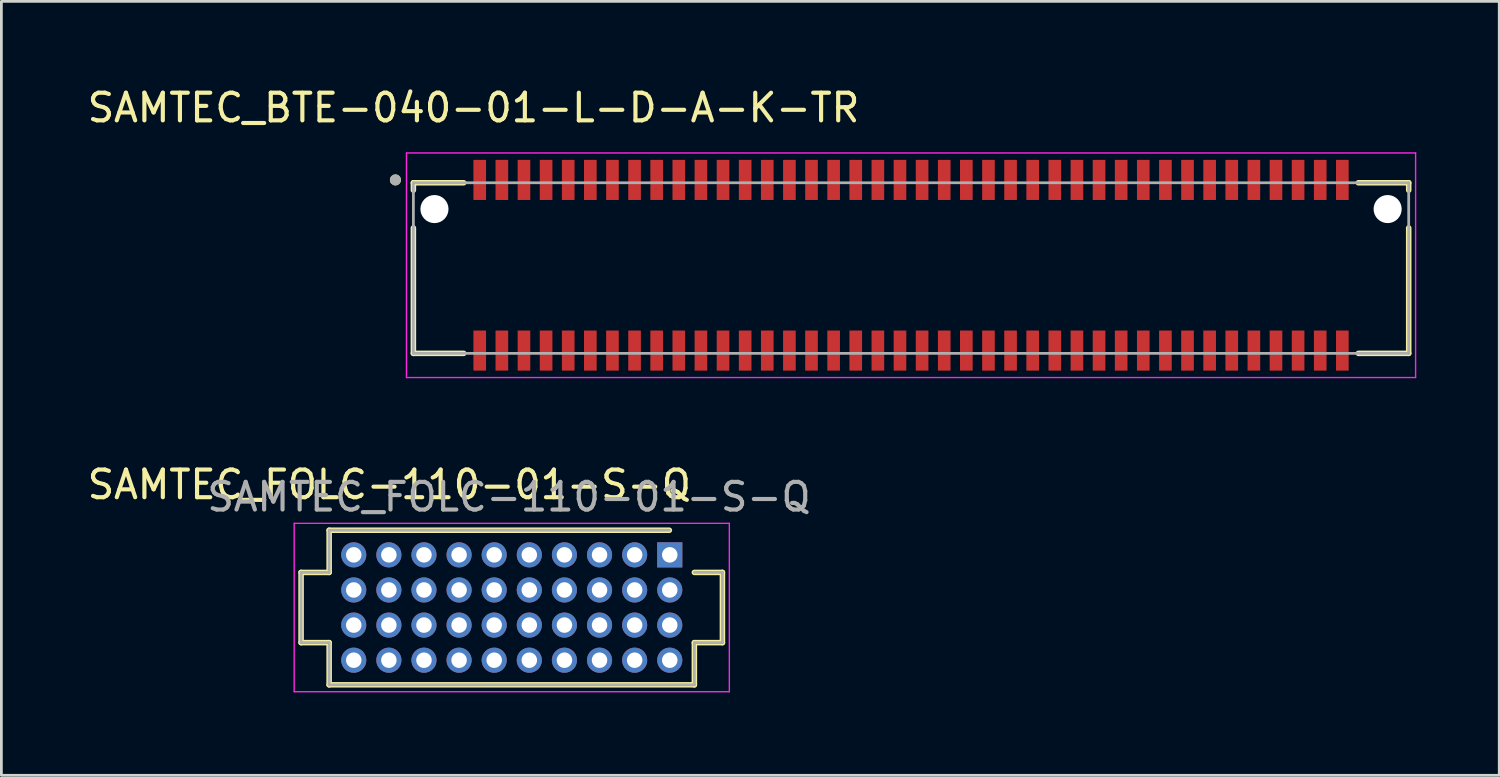
<source format=kicad_pcb>
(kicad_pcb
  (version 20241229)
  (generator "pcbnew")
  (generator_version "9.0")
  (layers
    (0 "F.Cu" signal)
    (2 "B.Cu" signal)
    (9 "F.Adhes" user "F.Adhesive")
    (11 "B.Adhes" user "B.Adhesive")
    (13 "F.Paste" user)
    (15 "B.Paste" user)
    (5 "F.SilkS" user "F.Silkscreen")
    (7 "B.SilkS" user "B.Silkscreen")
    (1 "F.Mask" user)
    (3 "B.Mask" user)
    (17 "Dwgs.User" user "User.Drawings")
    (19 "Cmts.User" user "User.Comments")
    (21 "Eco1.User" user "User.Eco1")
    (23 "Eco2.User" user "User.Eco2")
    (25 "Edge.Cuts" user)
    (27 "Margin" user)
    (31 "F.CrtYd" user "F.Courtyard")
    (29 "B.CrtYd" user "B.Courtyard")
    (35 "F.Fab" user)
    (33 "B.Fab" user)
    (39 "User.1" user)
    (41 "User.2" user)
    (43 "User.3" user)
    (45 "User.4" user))
  (footprint "SAMTEC_FOLC-110-01-S-Q"
    (layer "F.Cu")
    (at 15.46 18.924)
    (property "Reference" "SAMTEC_FOLC-110-01-S-Q" (at -4.43 -4.445 0) (layer "F.SilkS") (effects (font (size 1 1) (thickness 0.15))))
    (attr through_hole)
    (fp_line (start -7.62 1.27) (end -7.62 -1.27) (stroke (width 0.2) (type solid)) (layer "F.SilkS"))
    (fp_line (start -6.605 -2.795) (end -6.605 -1.27) (stroke (width 0.2) (type solid)) (layer "F.SilkS"))
    (fp_line (start -6.605 -2.795) (end 5.7 -2.795) (stroke (width 0.2) (type solid)) (layer "F.SilkS"))
    (fp_line (start -6.605 -1.27) (end -7.62 -1.27) (stroke (width 0.2) (type solid)) (layer "F.SilkS"))
    (fp_line (start -6.605 1.27) (end -7.62 1.27) (stroke (width 0.2) (type solid)) (layer "F.SilkS"))
    (fp_line (start -6.605 2.795) (end -6.605 1.27) (stroke (width 0.2) (type solid)) (layer "F.SilkS"))
    (fp_line (start -6.605 2.795) (end 6.605 2.795) (stroke (width 0.2) (type solid)) (layer "F.SilkS"))
    (fp_line (start 6.605 -1.27) (end 7.62 -1.27) (stroke (width 0.2) (type solid)) (layer "F.SilkS"))
    (fp_line (start 6.605 1.27) (end 7.62 1.27) (stroke (width 0.2) (type solid)) (layer "F.SilkS"))
    (fp_line (start 6.605 2.795) (end 6.605 1.27) (stroke (width 0.2) (type solid)) (layer "F.SilkS"))
    (fp_line (start 7.62 1.27) (end 7.62 -1.27) (stroke (width 0.2) (type solid)) (layer "F.SilkS"))
    (fp_line (start -7.87 -3.045) (end 7.87 -3.045) (stroke (width 0.05) (type solid)) (layer "F.CrtYd"))
    (fp_line (start -7.87 3.045) (end -7.87 -3.045) (stroke (width 0.05) (type solid)) (layer "F.CrtYd"))
    (fp_line (start 7.87 -3.045) (end 7.87 3.045) (stroke (width 0.05) (type solid)) (layer "F.CrtYd"))
    (fp_line (start 7.87 3.045) (end -7.87 3.045) (stroke (width 0.05) (type solid)) (layer "F.CrtYd"))
    (fp_line (start -7.62 1.27) (end -7.62 -1.27) (stroke (width 0.1) (type solid)) (layer "F.Fab"))
    (fp_line (start -6.605 -2.795) (end 5.7 -2.795) (stroke (width 0.1) (type solid)) (layer "F.Fab"))
    (fp_line (start -6.605 -1.27) (end -7.62 -1.27) (stroke (width 0.1) (type solid)) (layer "F.Fab"))
    (fp_line (start -6.605 -1.27) (end -6.605 -2.795) (stroke (width 0.1) (type solid)) (layer "F.Fab"))
    (fp_line (start -6.605 1.27) (end -7.62 1.27) (stroke (width 0.1) (type solid)) (layer "F.Fab"))
    (fp_line (start -6.605 2.795) (end -6.605 1.27) (stroke (width 0.1) (type solid)) (layer "F.Fab"))
    (fp_line (start 6.605 -1.27) (end 7.62 -1.27) (stroke (width 0.1) (type solid)) (layer "F.Fab"))
    (fp_line (start 6.605 1.27) (end 7.62 1.27) (stroke (width 0.1) (type solid)) (layer "F.Fab"))
    (fp_line (start 6.605 2.795) (end -6.605 2.795) (stroke (width 0.1) (type solid)) (layer "F.Fab"))
    (fp_line (start 6.605 2.795) (end 6.605 1.27) (stroke (width 0.1) (type solid)) (layer "F.Fab"))
    (fp_line (start 7.62 1.27) (end 7.62 -1.27) (stroke (width 0.1) (type solid)) (layer "F.Fab"))
    (fp_text user "${REFERENCE}" (at -0.1 -4 0) (unlocked yes) (layer "F.Fab") (effects (font (size 1 1) (thickness 0.15))))
    (pad "A1" thru_hole rect (at 5.715 -1.905) (size 0.91 0.91) (drill 0.56) (layers "*.Cu" "*.Mask"))
    (pad "A2" thru_hole circle (at 4.445 -1.905) (size 0.91 0.91) (drill 0.56) (layers "*.Cu" "*.Mask"))
    (pad "A3" thru_hole circle (at 3.175 -1.905) (size 0.91 0.91) (drill 0.56) (layers "*.Cu" "*.Mask"))
    (pad "A4" thru_hole circle (at 1.905 -1.905) (size 0.91 0.91) (drill 0.56) (layers "*.Cu" "*.Mask"))
    (pad "A5" thru_hole circle (at 0.635 -1.905) (size 0.91 0.91) (drill 0.56) (layers "*.Cu" "*.Mask"))
    (pad "A6" thru_hole circle (at -0.635 -1.905) (size 0.91 0.91) (drill 0.56) (layers "*.Cu" "*.Mask"))
    (pad "A7" thru_hole circle (at -1.905 -1.905) (size 0.91 0.91) (drill 0.56) (layers "*.Cu" "*.Mask"))
    (pad "A8" thru_hole circle (at -3.175 -1.905) (size 0.91 0.91) (drill 0.56) (layers "*.Cu" "*.Mask"))
    (pad "A9" thru_hole circle (at -4.445 -1.905) (size 0.91 0.91) (drill 0.56) (layers "*.Cu" "*.Mask"))
    (pad "A10" thru_hole circle (at -5.715 -1.905) (size 0.91 0.91) (drill 0.56) (layers "*.Cu" "*.Mask"))
    (pad "B1" thru_hole circle (at 5.715 -0.635) (size 0.91 0.91) (drill 0.56) (layers "*.Cu" "*.Mask"))
    (pad "B2" thru_hole circle (at 4.445 -0.635) (size 0.91 0.91) (drill 0.56) (layers "*.Cu" "*.Mask"))
    (pad "B3" thru_hole circle (at 3.175 -0.635) (size 0.91 0.91) (drill 0.56) (layers "*.Cu" "*.Mask"))
    (pad "B4" thru_hole circle (at 1.905 -0.635) (size 0.91 0.91) (drill 0.56) (layers "*.Cu" "*.Mask"))
    (pad "B5" thru_hole circle (at 0.635 -0.635) (size 0.91 0.91) (drill 0.56) (layers "*.Cu" "*.Mask"))
    (pad "B6" thru_hole circle (at -0.635 -0.635) (size 0.91 0.91) (drill 0.56) (layers "*.Cu" "*.Mask"))
    (pad "B7" thru_hole circle (at -1.905 -0.635) (size 0.91 0.91) (drill 0.56) (layers "*.Cu" "*.Mask"))
    (pad "B8" thru_hole circle (at -3.175 -0.635) (size 0.91 0.91) (drill 0.56) (layers "*.Cu" "*.Mask"))
    (pad "B9" thru_hole circle (at -4.445 -0.635) (size 0.91 0.91) (drill 0.56) (layers "*.Cu" "*.Mask"))
    (pad "B10" thru_hole circle (at -5.715 -0.635) (size 0.91 0.91) (drill 0.56) (layers "*.Cu" "*.Mask"))
    (pad "C1" thru_hole circle (at 5.715 0.635) (size 0.91 0.91) (drill 0.56) (layers "*.Cu" "*.Mask"))
    (pad "C2" thru_hole circle (at 4.445 0.635) (size 0.91 0.91) (drill 0.56) (layers "*.Cu" "*.Mask"))
    (pad "C3" thru_hole circle (at 3.175 0.635) (size 0.91 0.91) (drill 0.56) (layers "*.Cu" "*.Mask"))
    (pad "C4" thru_hole circle (at 1.905 0.635) (size 0.91 0.91) (drill 0.56) (layers "*.Cu" "*.Mask"))
    (pad "C5" thru_hole circle (at 0.635 0.635) (size 0.91 0.91) (drill 0.56) (layers "*.Cu" "*.Mask"))
    (pad "C6" thru_hole circle (at -0.635 0.635) (size 0.91 0.91) (drill 0.56) (layers "*.Cu" "*.Mask"))
    (pad "C7" thru_hole circle (at -1.905 0.635) (size 0.91 0.91) (drill 0.56) (layers "*.Cu" "*.Mask"))
    (pad "C8" thru_hole circle (at -3.175 0.635) (size 0.91 0.91) (drill 0.56) (layers "*.Cu" "*.Mask"))
    (pad "C9" thru_hole circle (at -4.445 0.635) (size 0.91 0.91) (drill 0.56) (layers "*.Cu" "*.Mask"))
    (pad "C10" thru_hole circle (at -5.715 0.635) (size 0.91 0.91) (drill 0.56) (layers "*.Cu" "*.Mask"))
    (pad "D1" thru_hole circle (at 5.715 1.905) (size 0.91 0.91) (drill 0.56) (layers "*.Cu" "*.Mask"))
    (pad "D2" thru_hole circle (at 4.445 1.905) (size 0.91 0.91) (drill 0.56) (layers "*.Cu" "*.Mask"))
    (pad "D3" thru_hole circle (at 3.175 1.905) (size 0.91 0.91) (drill 0.56) (layers "*.Cu" "*.Mask"))
    (pad "D4" thru_hole circle (at 1.905 1.905) (size 0.91 0.91) (drill 0.56) (layers "*.Cu" "*.Mask"))
    (pad "D5" thru_hole circle (at 0.635 1.905) (size 0.91 0.91) (drill 0.56) (layers "*.Cu" "*.Mask"))
    (pad "D6" thru_hole circle (at -0.635 1.905) (size 0.91 0.91) (drill 0.56) (layers "*.Cu" "*.Mask"))
    (pad "D7" thru_hole circle (at -1.905 1.905) (size 0.91 0.91) (drill 0.56) (layers "*.Cu" "*.Mask"))
    (pad "D8" thru_hole circle (at -3.175 1.905) (size 0.91 0.91) (drill 0.56) (layers "*.Cu" "*.Mask"))
    (pad "D9" thru_hole circle (at -4.445 1.905) (size 0.91 0.91) (drill 0.56) (layers "*.Cu" "*.Mask"))
    (pad "D10" thru_hole circle (at -5.715 1.905) (size 0.91 0.91) (drill 0.56) (layers "*.Cu" "*.Mask")))
  (footprint "SAMTEC_BTE-040-01-L-D-A-K-TR"
    (layer "F.Cu")
    (at 29.902 6.544)
    (property "Reference" "SAMTEC_BTE-040-01-L-D-A-K-TR" (at -15.825 -5.696 0) (layer "F.SilkS") (effects (font (size 1 1) (thickness 0.15))))
    (attr through_hole)
    (fp_line (start -18 -2.984) (end -18 -2.715) (stroke (width 0.2) (type solid)) (layer "F.SilkS"))
    (fp_line (start -18 -2.984) (end -16.179 -2.984) (stroke (width 0.2) (type solid)) (layer "F.SilkS"))
    (fp_line (start -18 -1.349) (end -18 3.187) (stroke (width 0.2) (type solid)) (layer "F.SilkS"))
    (fp_line (start -16.179 3.187) (end -18 3.187) (stroke (width 0.2) (type solid)) (layer "F.SilkS"))
    (fp_line (start 16.179 -2.984) (end 18 -2.984) (stroke (width 0.2) (type solid)) (layer "F.SilkS"))
    (fp_line (start 16.179 3.187) (end 18 3.187) (stroke (width 0.2) (type solid)) (layer "F.SilkS"))
    (fp_line (start 18 -2.715) (end 18 -2.984) (stroke (width 0.2) (type solid)) (layer "F.SilkS"))
    (fp_line (start 18 3.187) (end 18 -1.349) (stroke (width 0.2) (type solid)) (layer "F.SilkS"))
    (fp_circle (center -18.65 -3.086) (end -18.55 -3.086) (stroke (width 0.2) (type solid)) (fill no) (layer "F.SilkS"))
    (fp_line (start -18.25 -4.061) (end 18.25 -4.061) (stroke (width 0.05) (type solid)) (layer "F.CrtYd"))
    (fp_line (start -18.25 4.061) (end -18.25 -4.061) (stroke (width 0.05) (type solid)) (layer "F.CrtYd"))
    (fp_line (start 18.25 -4.061) (end 18.25 4.061) (stroke (width 0.05) (type solid)) (layer "F.CrtYd"))
    (fp_line (start 18.25 4.061) (end -18.25 4.061) (stroke (width 0.05) (type solid)) (layer "F.CrtYd"))
    (fp_line (start -18 -2.984) (end 18 -2.984) (stroke (width 0.1) (type solid)) (layer "F.Fab"))
    (fp_line (start -18 3.187) (end -18 -2.984) (stroke (width 0.1) (type solid)) (layer "F.Fab"))
    (fp_line (start 18 -2.984) (end 18 3.187) (stroke (width 0.1) (type solid)) (layer "F.Fab"))
    (fp_line (start 18 3.187) (end -18 3.187) (stroke (width 0.1) (type solid)) (layer "F.Fab"))
    (fp_circle (center -18.65 -3.086) (end -18.55 -3.086) (stroke (width 0.2) (type solid)) (fill no) (layer "F.Fab"))
    (pad "" np_thru_hole circle (at -17.238 -2.032) (size 1.016 1.016) (drill 1.016) (layers "*.Cu" "*.Mask"))
    (pad "" np_thru_hole circle (at 17.238 -2.032) (size 1.016 1.016) (drill 1.016) (layers "*.Cu" "*.Mask"))
    (pad "1" smd rect (at -15.6 -3.086) (size 0.457 1.45) (layers "F.Cu" "F.Mask" "F.Paste"))
    (pad "2" smd rect (at -15.6 3.086) (size 0.457 1.45) (layers "F.Cu" "F.Mask" "F.Paste"))
    (pad "3" smd rect (at -14.8 -3.086) (size 0.457 1.45) (layers "F.Cu" "F.Mask" "F.Paste"))
    (pad "4" smd rect (at -14.8 3.086) (size 0.457 1.45) (layers "F.Cu" "F.Mask" "F.Paste"))
    (pad "5" smd rect (at -14 -3.086) (size 0.457 1.45) (layers "F.Cu" "F.Mask" "F.Paste"))
    (pad "6" smd rect (at -14 3.086) (size 0.457 1.45) (layers "F.Cu" "F.Mask" "F.Paste"))
    (pad "7" smd rect (at -13.2 -3.086) (size 0.457 1.45) (layers "F.Cu" "F.Mask" "F.Paste"))
    (pad "8" smd rect (at -13.2 3.086) (size 0.457 1.45) (layers "F.Cu" "F.Mask" "F.Paste"))
    (pad "9" smd rect (at -12.4 -3.086) (size 0.457 1.45) (layers "F.Cu" "F.Mask" "F.Paste"))
    (pad "10" smd rect (at -12.4 3.086) (size 0.457 1.45) (layers "F.Cu" "F.Mask" "F.Paste"))
    (pad "11" smd rect (at -11.6 -3.086) (size 0.457 1.45) (layers "F.Cu" "F.Mask" "F.Paste"))
    (pad "12" smd rect (at -11.6 3.086) (size 0.457 1.45) (layers "F.Cu" "F.Mask" "F.Paste"))
    (pad "13" smd rect (at -10.8 -3.086) (size 0.457 1.45) (layers "F.Cu" "F.Mask" "F.Paste"))
    (pad "14" smd rect (at -10.8 3.086) (size 0.457 1.45) (layers "F.Cu" "F.Mask" "F.Paste"))
    (pad "15" smd rect (at -10 -3.086) (size 0.457 1.45) (layers "F.Cu" "F.Mask" "F.Paste"))
    (pad "16" smd rect (at -10 3.086) (size 0.457 1.45) (layers "F.Cu" "F.Mask" "F.Paste"))
    (pad "17" smd rect (at -9.2 -3.086) (size 0.457 1.45) (layers "F.Cu" "F.Mask" "F.Paste"))
    (pad "18" smd rect (at -9.2 3.086) (size 0.457 1.45) (layers "F.Cu" "F.Mask" "F.Paste"))
    (pad "19" smd rect (at -8.4 -3.086) (size 0.457 1.45) (layers "F.Cu" "F.Mask" "F.Paste"))
    (pad "20" smd rect (at -8.4 3.086) (size 0.457 1.45) (layers "F.Cu" "F.Mask" "F.Paste"))
    (pad "21" smd rect (at -7.6 -3.086) (size 0.457 1.45) (layers "F.Cu" "F.Mask" "F.Paste"))
    (pad "22" smd rect (at -7.6 3.086) (size 0.457 1.45) (layers "F.Cu" "F.Mask" "F.Paste"))
    (pad "23" smd rect (at -6.8 -3.086) (size 0.457 1.45) (layers "F.Cu" "F.Mask" "F.Paste"))
    (pad "24" smd rect (at -6.8 3.086) (size 0.457 1.45) (layers "F.Cu" "F.Mask" "F.Paste"))
    (pad "25" smd rect (at -6 -3.086) (size 0.457 1.45) (layers "F.Cu" "F.Mask" "F.Paste"))
    (pad "26" smd rect (at -6 3.086) (size 0.457 1.45) (layers "F.Cu" "F.Mask" "F.Paste"))
    (pad "27" smd rect (at -5.2 -3.086) (size 0.457 1.45) (layers "F.Cu" "F.Mask" "F.Paste"))
    (pad "28" smd rect (at -5.2 3.086) (size 0.457 1.45) (layers "F.Cu" "F.Mask" "F.Paste"))
    (pad "29" smd rect (at -4.4 -3.086) (size 0.457 1.45) (layers "F.Cu" "F.Mask" "F.Paste"))
    (pad "30" smd rect (at -4.4 3.086) (size 0.457 1.45) (layers "F.Cu" "F.Mask" "F.Paste"))
    (pad "31" smd rect (at -3.6 -3.086) (size 0.457 1.45) (layers "F.Cu" "F.Mask" "F.Paste"))
    (pad "32" smd rect (at -3.6 3.086) (size 0.457 1.45) (layers "F.Cu" "F.Mask" "F.Paste"))
    (pad "33" smd rect (at -2.8 -3.086) (size 0.457 1.45) (layers "F.Cu" "F.Mask" "F.Paste"))
    (pad "34" smd rect (at -2.8 3.086) (size 0.457 1.45) (layers "F.Cu" "F.Mask" "F.Paste"))
    (pad "35" smd rect (at -2 -3.086) (size 0.457 1.45) (layers "F.Cu" "F.Mask" "F.Paste"))
    (pad "36" smd rect (at -2 3.086) (size 0.457 1.45) (layers "F.Cu" "F.Mask" "F.Paste"))
    (pad "37" smd rect (at -1.2 -3.086) (size 0.457 1.45) (layers "F.Cu" "F.Mask" "F.Paste"))
    (pad "38" smd rect (at -1.2 3.086) (size 0.457 1.45) (layers "F.Cu" "F.Mask" "F.Paste"))
    (pad "39" smd rect (at -0.4 -3.086) (size 0.457 1.45) (layers "F.Cu" "F.Mask" "F.Paste"))
    (pad "40" smd rect (at -0.4 3.086) (size 0.457 1.45) (layers "F.Cu" "F.Mask" "F.Paste"))
    (pad "41" smd rect (at 0.4 -3.086) (size 0.457 1.45) (layers "F.Cu" "F.Mask" "F.Paste"))
    (pad "42" smd rect (at 0.4 3.086) (size 0.457 1.45) (layers "F.Cu" "F.Mask" "F.Paste"))
    (pad "43" smd rect (at 1.2 -3.086) (size 0.457 1.45) (layers "F.Cu" "F.Mask" "F.Paste"))
    (pad "44" smd rect (at 1.2 3.086) (size 0.457 1.45) (layers "F.Cu" "F.Mask" "F.Paste"))
    (pad "45" smd rect (at 2 -3.086) (size 0.457 1.45) (layers "F.Cu" "F.Mask" "F.Paste"))
    (pad "46" smd rect (at 2 3.086) (size 0.457 1.45) (layers "F.Cu" "F.Mask" "F.Paste"))
    (pad "47" smd rect (at 2.8 -3.086) (size 0.457 1.45) (layers "F.Cu" "F.Mask" "F.Paste"))
    (pad "48" smd rect (at 2.8 3.086) (size 0.457 1.45) (layers "F.Cu" "F.Mask" "F.Paste"))
    (pad "49" smd rect (at 3.6 -3.086) (size 0.457 1.45) (layers "F.Cu" "F.Mask" "F.Paste"))
    (pad "50" smd rect (at 3.6 3.086) (size 0.457 1.45) (layers "F.Cu" "F.Mask" "F.Paste"))
    (pad "51" smd rect (at 4.4 -3.086) (size 0.457 1.45) (layers "F.Cu" "F.Mask" "F.Paste"))
    (pad "52" smd rect (at 4.4 3.086) (size 0.457 1.45) (layers "F.Cu" "F.Mask" "F.Paste"))
    (pad "53" smd rect (at 5.2 -3.086) (size 0.457 1.45) (layers "F.Cu" "F.Mask" "F.Paste"))
    (pad "54" smd rect (at 5.2 3.086) (size 0.457 1.45) (layers "F.Cu" "F.Mask" "F.Paste"))
    (pad "55" smd rect (at 6 -3.086) (size 0.457 1.45) (layers "F.Cu" "F.Mask" "F.Paste"))
    (pad "56" smd rect (at 6 3.086) (size 0.457 1.45) (layers "F.Cu" "F.Mask" "F.Paste"))
    (pad "57" smd rect (at 6.8 -3.086) (size 0.457 1.45) (layers "F.Cu" "F.Mask" "F.Paste"))
    (pad "58" smd rect (at 6.8 3.086) (size 0.457 1.45) (layers "F.Cu" "F.Mask" "F.Paste"))
    (pad "59" smd rect (at 7.6 -3.086) (size 0.457 1.45) (layers "F.Cu" "F.Mask" "F.Paste"))
    (pad "60" smd rect (at 7.6 3.086) (size 0.457 1.45) (layers "F.Cu" "F.Mask" "F.Paste"))
    (pad "61" smd rect (at 8.4 -3.086) (size 0.457 1.45) (layers "F.Cu" "F.Mask" "F.Paste"))
    (pad "62" smd rect (at 8.4 3.086) (size 0.457 1.45) (layers "F.Cu" "F.Mask" "F.Paste"))
    (pad "63" smd rect (at 9.2 -3.086) (size 0.457 1.45) (layers "F.Cu" "F.Mask" "F.Paste"))
    (pad "64" smd rect (at 9.2 3.086) (size 0.457 1.45) (layers "F.Cu" "F.Mask" "F.Paste"))
    (pad "65" smd rect (at 10 -3.086) (size 0.457 1.45) (layers "F.Cu" "F.Mask" "F.Paste"))
    (pad "66" smd rect (at 10 3.086) (size 0.457 1.45) (layers "F.Cu" "F.Mask" "F.Paste"))
    (pad "67" smd rect (at 10.8 -3.086) (size 0.457 1.45) (layers "F.Cu" "F.Mask" "F.Paste"))
    (pad "68" smd rect (at 10.8 3.086) (size 0.457 1.45) (layers "F.Cu" "F.Mask" "F.Paste"))
    (pad "69" smd rect (at 11.6 -3.086) (size 0.457 1.45) (layers "F.Cu" "F.Mask" "F.Paste"))
    (pad "70" smd rect (at 11.6 3.086) (size 0.457 1.45) (layers "F.Cu" "F.Mask" "F.Paste"))
    (pad "71" smd rect (at 12.4 -3.086) (size 0.457 1.45) (layers "F.Cu" "F.Mask" "F.Paste"))
    (pad "72" smd rect (at 12.4 3.086) (size 0.457 1.45) (layers "F.Cu" "F.Mask" "F.Paste"))
    (pad "73" smd rect (at 13.2 -3.086) (size 0.457 1.45) (layers "F.Cu" "F.Mask" "F.Paste"))
    (pad "74" smd rect (at 13.2 3.086) (size 0.457 1.45) (layers "F.Cu" "F.Mask" "F.Paste"))
    (pad "75" smd rect (at 14 -3.086) (size 0.457 1.45) (layers "F.Cu" "F.Mask" "F.Paste"))
    (pad "76" smd rect (at 14 3.086) (size 0.457 1.45) (layers "F.Cu" "F.Mask" "F.Paste"))
    (pad "77" smd rect (at 14.8 -3.086) (size 0.457 1.45) (layers "F.Cu" "F.Mask" "F.Paste"))
    (pad "78" smd rect (at 14.8 3.086) (size 0.457 1.45) (layers "F.Cu" "F.Mask" "F.Paste"))
    (pad "79" smd rect (at 15.6 -3.086) (size 0.457 1.45) (layers "F.Cu" "F.Mask" "F.Paste"))
    (pad "80" smd rect (at 15.6 3.086) (size 0.457 1.45) (layers "F.Cu" "F.Mask" "F.Paste")))
  (gr_rect
    (start -3 -3)
    (end 51.177 24.994)
    (stroke (width 0.1) (type default))
    (fill no)
    (layer "Edge.Cuts")))
</source>
